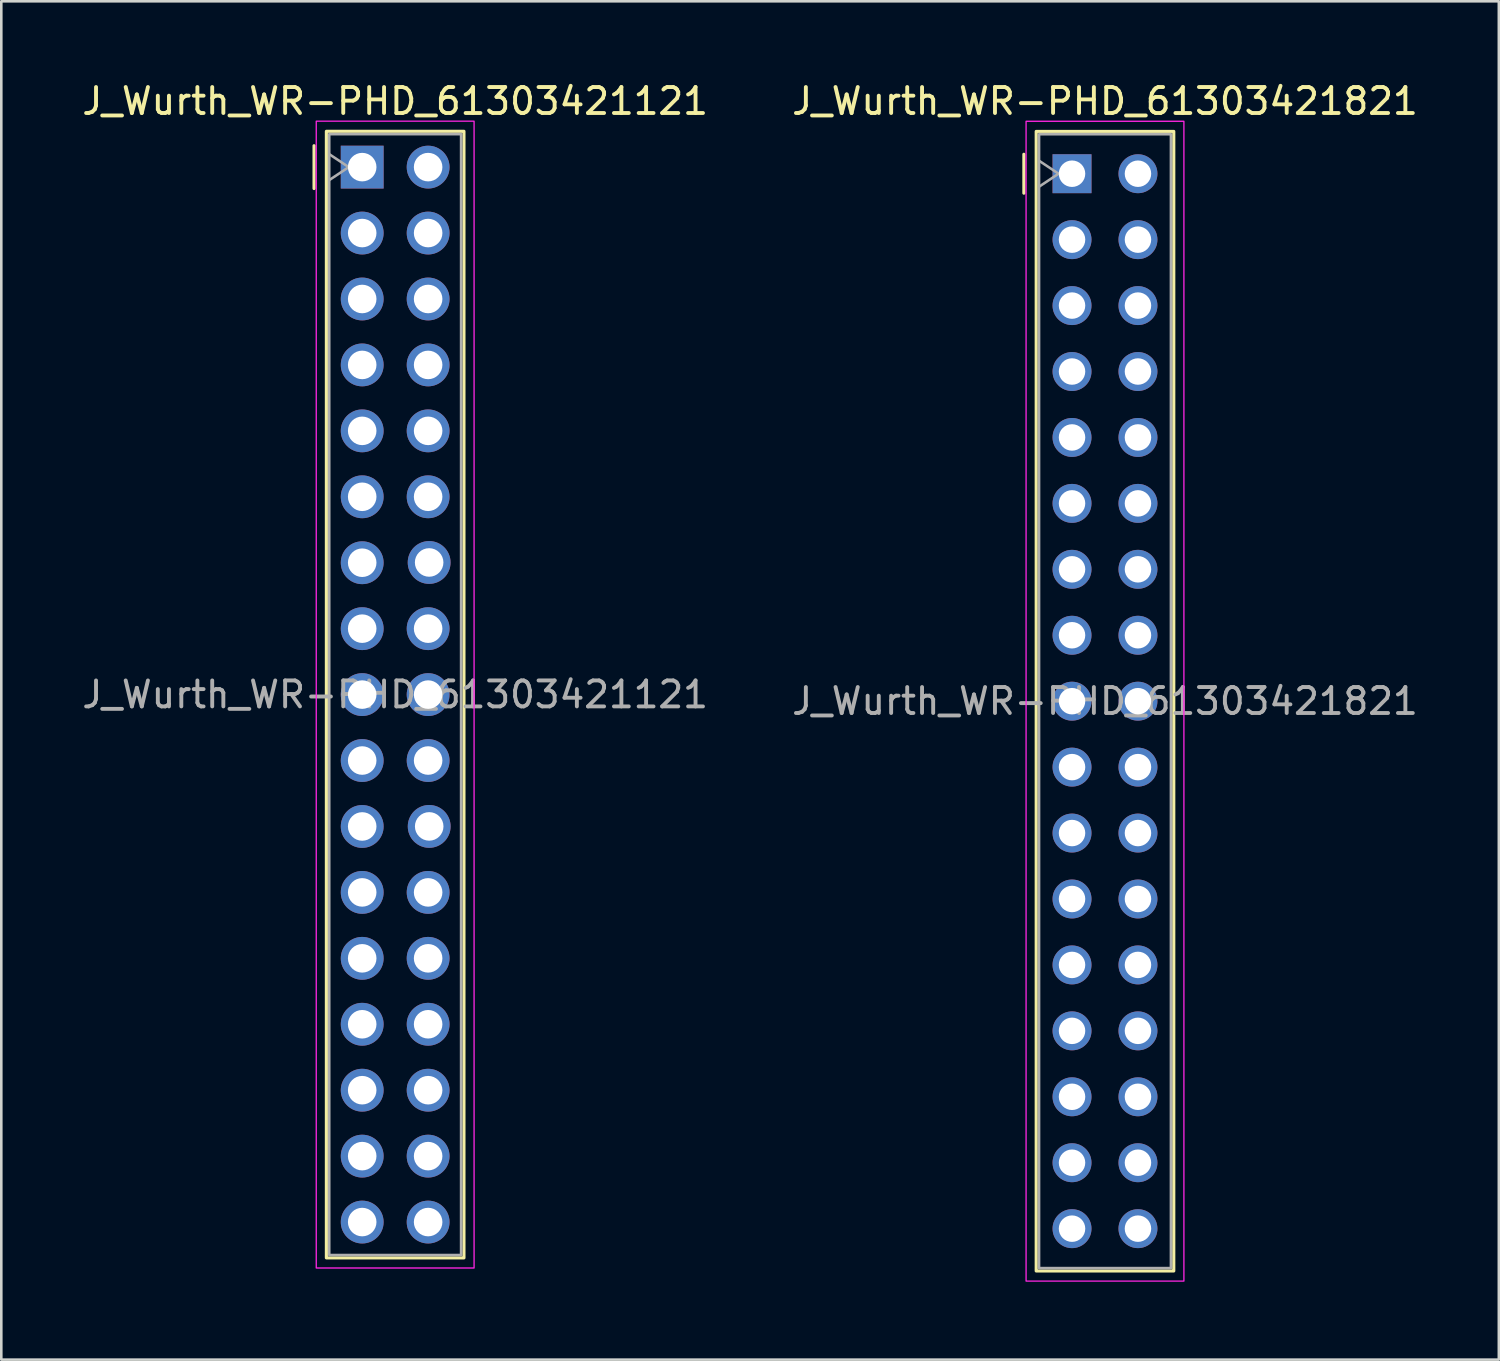
<source format=kicad_pcb>
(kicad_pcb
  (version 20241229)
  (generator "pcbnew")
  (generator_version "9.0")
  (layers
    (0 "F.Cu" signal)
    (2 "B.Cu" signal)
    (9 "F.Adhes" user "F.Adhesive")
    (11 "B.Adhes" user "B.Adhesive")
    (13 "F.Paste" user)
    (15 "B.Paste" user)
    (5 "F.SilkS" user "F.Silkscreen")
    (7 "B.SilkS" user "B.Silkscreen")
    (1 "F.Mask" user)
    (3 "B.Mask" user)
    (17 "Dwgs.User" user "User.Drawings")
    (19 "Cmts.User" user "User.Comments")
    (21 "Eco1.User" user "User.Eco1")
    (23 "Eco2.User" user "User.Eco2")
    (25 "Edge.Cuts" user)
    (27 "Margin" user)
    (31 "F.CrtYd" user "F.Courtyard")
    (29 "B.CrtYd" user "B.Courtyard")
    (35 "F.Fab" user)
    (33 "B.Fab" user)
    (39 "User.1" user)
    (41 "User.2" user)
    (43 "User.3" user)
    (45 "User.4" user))
  (footprint "J_Wurth_WR-PHD_61303421821"
    (layer "F.Cu")
    (at 38.248 3.642)
    (property "Reference" "J_Wurth_WR-PHD_61303421821" (at 1.27 -2.794 0) (unlocked yes) (layer "F.SilkS") (effects (font (size 1 1) (thickness 0.15))))
    (attr through_hole)
    (fp_line (start -1.855 -0.75) (end -1.855 0.75) (stroke (width 0.12) (type solid)) (layer "F.SilkS"))
    (fp_rect (start -1.38 -1.63) (end 3.92 42.27) (stroke (width 0.12) (type solid)) (fill no) (layer "F.SilkS"))
    (fp_rect (start -1.77 -2.02) (end 4.31 42.66) (stroke (width 0.05) (type solid)) (fill no) (layer "F.CrtYd"))
    (fp_line (start -1.27 -0.5) (end -0.52 0) (stroke (width 0.1) (type solid)) (layer "F.Fab"))
    (fp_line (start -0.52 0) (end -1.27 0.5) (stroke (width 0.1) (type solid)) (layer "F.Fab"))
    (fp_rect (start -1.27 -1.52) (end 3.81 42.16) (stroke (width 0.1) (type solid)) (fill no) (layer "F.Fab"))
    (fp_text user "${REFERENCE}" (at 1.27 20.32 0) (unlocked yes) (layer "F.Fab") (effects (font (size 1 1) (thickness 0.15))))
    (pad "1" thru_hole rect (at 0 0) (size 1.5 1.5) (drill 1.02) (layers "*.Cu" "*.Mask"))
    (pad "2" thru_hole circle (at 2.54 0) (size 1.5 1.5) (drill 1.02) (layers "*.Cu" "*.Mask"))
    (pad "3" thru_hole circle (at 0 2.54) (size 1.5 1.5) (drill 1.02) (layers "*.Cu" "*.Mask"))
    (pad "4" thru_hole circle (at 2.54 2.54) (size 1.5 1.5) (drill 1.02) (layers "*.Cu" "*.Mask"))
    (pad "5" thru_hole circle (at 0 5.08) (size 1.5 1.5) (drill 1.02) (layers "*.Cu" "*.Mask"))
    (pad "6" thru_hole circle (at 2.54 5.08) (size 1.5 1.5) (drill 1.02) (layers "*.Cu" "*.Mask"))
    (pad "7" thru_hole circle (at 0 7.62) (size 1.5 1.5) (drill 1.02) (layers "*.Cu" "*.Mask"))
    (pad "8" thru_hole circle (at 2.54 7.62) (size 1.5 1.5) (drill 1.02) (layers "*.Cu" "*.Mask"))
    (pad "9" thru_hole circle (at 0 10.16) (size 1.5 1.5) (drill 1.02) (layers "*.Cu" "*.Mask"))
    (pad "10" thru_hole circle (at 2.54 10.16) (size 1.5 1.5) (drill 1.02) (layers "*.Cu" "*.Mask"))
    (pad "11" thru_hole circle (at 0 12.7) (size 1.5 1.5) (drill 1.02) (layers "*.Cu" "*.Mask"))
    (pad "12" thru_hole circle (at 2.54 12.7) (size 1.5 1.5) (drill 1.02) (layers "*.Cu" "*.Mask"))
    (pad "13" thru_hole circle (at 0 15.24) (size 1.5 1.5) (drill 1.02) (layers "*.Cu" "*.Mask"))
    (pad "14" thru_hole circle (at 2.54 15.24) (size 1.5 1.5) (drill 1.02) (layers "*.Cu" "*.Mask"))
    (pad "15" thru_hole circle (at 0 17.78) (size 1.5 1.5) (drill 1.02) (layers "*.Cu" "*.Mask"))
    (pad "16" thru_hole circle (at 2.54 17.78) (size 1.5 1.5) (drill 1.02) (layers "*.Cu" "*.Mask"))
    (pad "17" thru_hole circle (at 0 20.32) (size 1.5 1.5) (drill 1.02) (layers "*.Cu" "*.Mask"))
    (pad "18" thru_hole circle (at 2.54 20.32) (size 1.5 1.5) (drill 1.02) (layers "*.Cu" "*.Mask"))
    (pad "19" thru_hole circle (at 0 22.86) (size 1.5 1.5) (drill 1.02) (layers "*.Cu" "*.Mask"))
    (pad "20" thru_hole circle (at 2.54 22.86) (size 1.5 1.5) (drill 1.02) (layers "*.Cu" "*.Mask"))
    (pad "21" thru_hole circle (at 0 25.4) (size 1.5 1.5) (drill 1.02) (layers "*.Cu" "*.Mask"))
    (pad "22" thru_hole circle (at 2.54 25.4) (size 1.5 1.5) (drill 1.02) (layers "*.Cu" "*.Mask"))
    (pad "23" thru_hole circle (at 0 27.94) (size 1.5 1.5) (drill 1.02) (layers "*.Cu" "*.Mask"))
    (pad "24" thru_hole circle (at 2.54 27.94) (size 1.5 1.5) (drill 1.02) (layers "*.Cu" "*.Mask"))
    (pad "25" thru_hole circle (at 0 30.48) (size 1.5 1.5) (drill 1.02) (layers "*.Cu" "*.Mask"))
    (pad "26" thru_hole circle (at 2.54 30.48) (size 1.5 1.5) (drill 1.02) (layers "*.Cu" "*.Mask"))
    (pad "27" thru_hole circle (at 0 33.02) (size 1.5 1.5) (drill 1.02) (layers "*.Cu" "*.Mask"))
    (pad "28" thru_hole circle (at 2.54 33.02) (size 1.5 1.5) (drill 1.02) (layers "*.Cu" "*.Mask"))
    (pad "29" thru_hole circle (at 0 35.56) (size 1.5 1.5) (drill 1.02) (layers "*.Cu" "*.Mask"))
    (pad "30" thru_hole circle (at 2.54 35.56) (size 1.5 1.5) (drill 1.02) (layers "*.Cu" "*.Mask"))
    (pad "31" thru_hole circle (at 0 38.1) (size 1.5 1.5) (drill 1.02) (layers "*.Cu" "*.Mask"))
    (pad "32" thru_hole circle (at 2.54 38.1) (size 1.5 1.5) (drill 1.02) (layers "*.Cu" "*.Mask"))
    (pad "33" thru_hole circle (at 0 40.64) (size 1.5 1.5) (drill 1.02) (layers "*.Cu" "*.Mask"))
    (pad "34" thru_hole circle (at 2.54 40.64) (size 1.5 1.5) (drill 1.02) (layers "*.Cu" "*.Mask")))
  (footprint "J_Wurth_WR-PHD_61303421121"
    (layer "F.Cu")
    (at 10.903 3.388)
    (property "Reference" "J_Wurth_WR-PHD_61303421121" (at 1.27 -2.54 0) (unlocked yes) (layer "F.SilkS") (effects (font (size 1 1) (thickness 0.15))))
    (attr through_hole)
    (fp_line (start -1.855 -0.825) (end -1.855 0.825) (stroke (width 0.12) (type solid)) (layer "F.SilkS"))
    (fp_rect (start -1.38 -1.38) (end 3.92 42.02) (stroke (width 0.12) (type solid)) (fill no) (layer "F.SilkS"))
    (fp_rect (start -1.77 -1.77) (end 4.31 42.41) (stroke (width 0.05) (type solid)) (fill no) (layer "F.CrtYd"))
    (fp_line (start -1.27 -0.5) (end -0.52 0) (stroke (width 0.1) (type solid)) (layer "F.Fab"))
    (fp_line (start -0.52 0) (end -1.27 0.5) (stroke (width 0.1) (type solid)) (layer "F.Fab"))
    (fp_rect (start -1.27 -1.27) (end 3.81 41.91) (stroke (width 0.1) (type solid)) (fill no) (layer "F.Fab"))
    (fp_text user "${REFERENCE}" (at 1.27 20.32 0) (unlocked yes) (layer "F.Fab") (effects (font (size 1 1) (thickness 0.15))))
    (pad "1" thru_hole rect (at 0 0 270) (size 1.65 1.65) (drill 1.1) (layers "*.Cu" "*.Mask"))
    (pad "2" thru_hole circle (at 2.54 0 270) (size 1.65 1.65) (drill 1.1) (layers "*.Cu" "*.Mask"))
    (pad "3" thru_hole circle (at 0 2.54 270) (size 1.65 1.65) (drill 1.1) (layers "*.Cu" "*.Mask"))
    (pad "4" thru_hole circle (at 2.54 2.54 270) (size 1.65 1.65) (drill 1.1) (layers "*.Cu" "*.Mask"))
    (pad "5" thru_hole circle (at 0 5.08 270) (size 1.65 1.65) (drill 1.1) (layers "*.Cu" "*.Mask"))
    (pad "6" thru_hole circle (at 2.54 5.08 270) (size 1.65 1.65) (drill 1.1) (layers "*.Cu" "*.Mask"))
    (pad "7" thru_hole circle (at 0 7.62 270) (size 1.65 1.65) (drill 1.1) (layers "*.Cu" "*.Mask"))
    (pad "8" thru_hole circle (at 2.54 7.62 270) (size 1.65 1.65) (drill 1.1) (layers "*.Cu" "*.Mask"))
    (pad "9" thru_hole circle (at 0 10.16 270) (size 1.65 1.65) (drill 1.1) (layers "*.Cu" "*.Mask"))
    (pad "10" thru_hole circle (at 2.54 10.16 270) (size 1.65 1.65) (drill 1.1) (layers "*.Cu" "*.Mask"))
    (pad "11" thru_hole circle (at 0 12.7 270) (size 1.65 1.65) (drill 1.1) (layers "*.Cu" "*.Mask"))
    (pad "12" thru_hole circle (at 2.54 12.7 270) (size 1.65 1.65) (drill 1.1) (layers "*.Cu" "*.Mask"))
    (pad "13" thru_hole circle (at 0 15.24 270) (size 1.65 1.65) (drill 1.1) (layers "*.Cu" "*.Mask"))
    (pad "14" thru_hole circle (at 2.579 15.23 270) (size 1.65 1.65) (drill 1.1) (layers "*.Cu" "*.Mask"))
    (pad "15" thru_hole circle (at 0 17.78 270) (size 1.65 1.65) (drill 1.1) (layers "*.Cu" "*.Mask"))
    (pad "16" thru_hole circle (at 2.54 17.78 270) (size 1.65 1.65) (drill 1.1) (layers "*.Cu" "*.Mask"))
    (pad "17" thru_hole circle (at 0 20.32 270) (size 1.65 1.65) (drill 1.1) (layers "*.Cu" "*.Mask"))
    (pad "18" thru_hole circle (at 2.54 20.32 270) (size 1.65 1.65) (drill 1.1) (layers "*.Cu" "*.Mask"))
    (pad "19" thru_hole circle (at 0 22.86 270) (size 1.65 1.65) (drill 1.1) (layers "*.Cu" "*.Mask"))
    (pad "20" thru_hole circle (at 2.54 22.86 270) (size 1.65 1.65) (drill 1.1) (layers "*.Cu" "*.Mask"))
    (pad "21" thru_hole circle (at 0 25.4 270) (size 1.65 1.65) (drill 1.1) (layers "*.Cu" "*.Mask"))
    (pad "22" thru_hole circle (at 2.581 25.398 270) (size 1.65 1.65) (drill 1.1) (layers "*.Cu" "*.Mask"))
    (pad "23" thru_hole circle (at 0 27.94 270) (size 1.65 1.65) (drill 1.1) (layers "*.Cu" "*.Mask"))
    (pad "24" thru_hole circle (at 2.54 27.94 270) (size 1.65 1.65) (drill 1.1) (layers "*.Cu" "*.Mask"))
    (pad "25" thru_hole circle (at 0 30.48 270) (size 1.65 1.65) (drill 1.1) (layers "*.Cu" "*.Mask"))
    (pad "26" thru_hole circle (at 2.54 30.48 270) (size 1.65 1.65) (drill 1.1) (layers "*.Cu" "*.Mask"))
    (pad "27" thru_hole circle (at 0 33.02 270) (size 1.65 1.65) (drill 1.1) (layers "*.Cu" "*.Mask"))
    (pad "28" thru_hole circle (at 2.54 33.02 270) (size 1.65 1.65) (drill 1.1) (layers "*.Cu" "*.Mask"))
    (pad "29" thru_hole circle (at 0 35.56 270) (size 1.65 1.65) (drill 1.1) (layers "*.Cu" "*.Mask"))
    (pad "30" thru_hole circle (at 2.54 35.56 270) (size 1.65 1.65) (drill 1.1) (layers "*.Cu" "*.Mask"))
    (pad "31" thru_hole circle (at 0 38.1 270) (size 1.65 1.65) (drill 1.1) (layers "*.Cu" "*.Mask"))
    (pad "32" thru_hole circle (at 2.54 38.1 270) (size 1.65 1.65) (drill 1.1) (layers "*.Cu" "*.Mask"))
    (pad "33" thru_hole circle (at 0 40.64 270) (size 1.65 1.65) (drill 1.1) (layers "*.Cu" "*.Mask"))
    (pad "34" thru_hole circle (at 2.54 40.64 270) (size 1.65 1.65) (drill 1.1) (layers "*.Cu" "*.Mask")))
  (gr_rect
    (start -3 -3)
    (end 54.69 49.327)
    (stroke (width 0.1) (type default))
    (fill no)
    (layer "Edge.Cuts")))
</source>
